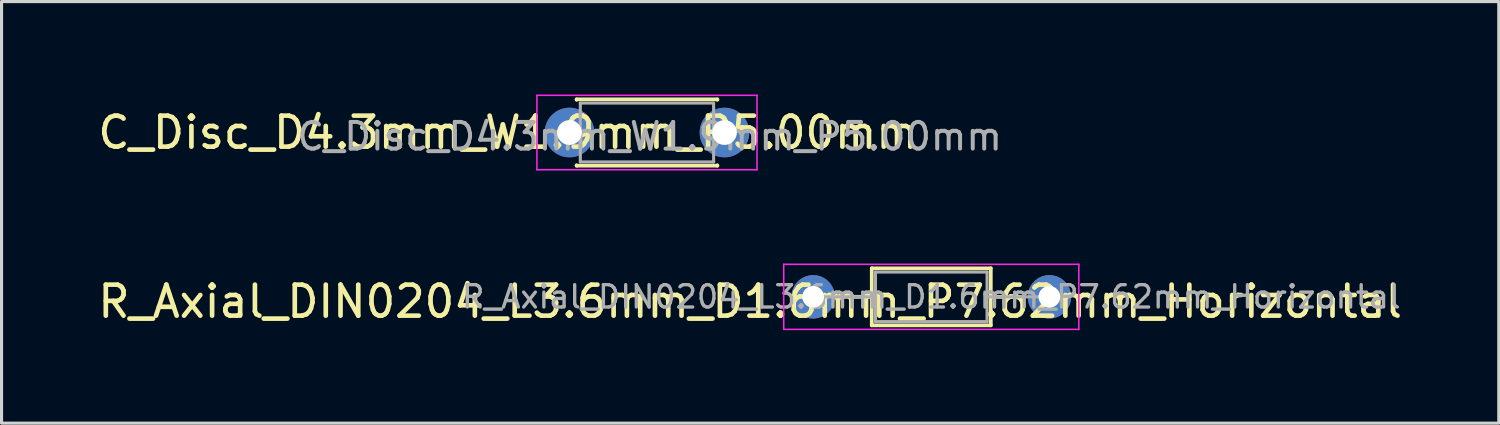
<source format=kicad_pcb>
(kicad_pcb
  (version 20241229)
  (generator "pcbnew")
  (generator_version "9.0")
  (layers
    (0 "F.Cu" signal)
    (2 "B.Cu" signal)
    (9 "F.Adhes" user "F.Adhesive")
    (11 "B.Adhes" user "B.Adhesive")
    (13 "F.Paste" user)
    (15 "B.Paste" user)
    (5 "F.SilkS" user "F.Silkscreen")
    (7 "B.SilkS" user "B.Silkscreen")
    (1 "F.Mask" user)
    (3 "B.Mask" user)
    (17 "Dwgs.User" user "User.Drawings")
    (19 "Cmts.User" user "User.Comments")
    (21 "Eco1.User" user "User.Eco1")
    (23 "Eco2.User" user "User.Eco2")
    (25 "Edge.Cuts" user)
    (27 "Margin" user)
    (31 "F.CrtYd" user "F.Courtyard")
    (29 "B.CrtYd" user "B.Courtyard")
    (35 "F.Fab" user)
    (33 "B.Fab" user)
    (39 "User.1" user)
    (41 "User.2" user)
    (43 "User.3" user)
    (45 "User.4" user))
  (footprint "C_Disc_D4.3mm_W1.9mm_P5.00mm"
    (layer "F.Cu")
    (at 15.32 1.225)
    (property "Reference" "C_Disc_D4.3mm_W1.9mm_P5.00mm" (at -1.981 0 0) (layer "F.SilkS") (effects (font (size 1 1) (thickness 0.15))))
    (attr through_hole)
    (fp_line (start 0.23 -1.07) (end 0.23 -1.055) (stroke (width 0.12) (type solid)) (layer "F.SilkS"))
    (fp_line (start 0.23 -1.07) (end 4.77 -1.07) (stroke (width 0.12) (type solid)) (layer "F.SilkS"))
    (fp_line (start 0.23 1.055) (end 0.23 1.07) (stroke (width 0.12) (type solid)) (layer "F.SilkS"))
    (fp_line (start 0.23 1.07) (end 4.77 1.07) (stroke (width 0.12) (type solid)) (layer "F.SilkS"))
    (fp_line (start 4.77 -1.07) (end 4.77 -1.055) (stroke (width 0.12) (type solid)) (layer "F.SilkS"))
    (fp_line (start 4.77 1.055) (end 4.77 1.07) (stroke (width 0.12) (type solid)) (layer "F.SilkS"))
    (fp_line (start -1.05 -1.2) (end -1.05 1.2) (stroke (width 0.05) (type solid)) (layer "F.CrtYd"))
    (fp_line (start -1.05 1.2) (end 6.05 1.2) (stroke (width 0.05) (type solid)) (layer "F.CrtYd"))
    (fp_line (start 6.05 -1.2) (end -1.05 -1.2) (stroke (width 0.05) (type solid)) (layer "F.CrtYd"))
    (fp_line (start 6.05 1.2) (end 6.05 -1.2) (stroke (width 0.05) (type solid)) (layer "F.CrtYd"))
    (fp_line (start 0.35 -0.95) (end 0.35 0.95) (stroke (width 0.1) (type solid)) (layer "F.Fab"))
    (fp_line (start 0.35 0.95) (end 4.65 0.95) (stroke (width 0.1) (type solid)) (layer "F.Fab"))
    (fp_line (start 4.65 -0.95) (end 0.35 -0.95) (stroke (width 0.1) (type solid)) (layer "F.Fab"))
    (fp_line (start 4.65 0.95) (end 4.65 -0.95) (stroke (width 0.1) (type solid)) (layer "F.Fab"))
    (fp_text user "${REFERENCE}" (at 2.587 0.127 0) (layer "F.Fab") (effects (font (size 0.86 0.86) (thickness 0.129))))
    (pad "1" thru_hole circle (at 0 0) (size 1.6 1.6) (drill 0.8) (layers "*.Cu" "*.Mask"))
    (pad "2" thru_hole circle (at 5 0) (size 1.6 1.6) (drill 0.8) (layers "*.Cu" "*.Mask")))
  (footprint "R_Axial_DIN0204_L3.6mm_D1.6mm_P7.62mm_Horizontal"
    (layer "F.Cu")
    (at 23.181 6.525)
    (property "Reference" "R_Axial_DIN0204_L3.6mm_D1.6mm_P7.62mm_Horizontal" (at -2.032 0.152 0) (layer "F.SilkS") (effects (font (size 1 1) (thickness 0.15))))
    (attr through_hole)
    (fp_line (start 0.94 0) (end 1.89 0) (stroke (width 0.12) (type solid)) (layer "F.SilkS"))
    (fp_line (start 1.89 -0.92) (end 1.89 0.92) (stroke (width 0.12) (type solid)) (layer "F.SilkS"))
    (fp_line (start 1.89 0.92) (end 5.73 0.92) (stroke (width 0.12) (type solid)) (layer "F.SilkS"))
    (fp_line (start 5.73 -0.92) (end 1.89 -0.92) (stroke (width 0.12) (type solid)) (layer "F.SilkS"))
    (fp_line (start 5.73 0.92) (end 5.73 -0.92) (stroke (width 0.12) (type solid)) (layer "F.SilkS"))
    (fp_line (start 6.68 0) (end 5.73 0) (stroke (width 0.12) (type solid)) (layer "F.SilkS"))
    (fp_line (start -0.95 -1.05) (end -0.95 1.05) (stroke (width 0.05) (type solid)) (layer "F.CrtYd"))
    (fp_line (start -0.95 1.05) (end 8.57 1.05) (stroke (width 0.05) (type solid)) (layer "F.CrtYd"))
    (fp_line (start 8.57 -1.05) (end -0.95 -1.05) (stroke (width 0.05) (type solid)) (layer "F.CrtYd"))
    (fp_line (start 8.57 1.05) (end 8.57 -1.05) (stroke (width 0.05) (type solid)) (layer "F.CrtYd"))
    (fp_line (start 0 0) (end 2.01 0) (stroke (width 0.1) (type solid)) (layer "F.Fab"))
    (fp_line (start 2.01 -0.8) (end 2.01 0.8) (stroke (width 0.1) (type solid)) (layer "F.Fab"))
    (fp_line (start 2.01 0.8) (end 5.61 0.8) (stroke (width 0.1) (type solid)) (layer "F.Fab"))
    (fp_line (start 5.61 -0.8) (end 2.01 -0.8) (stroke (width 0.1) (type solid)) (layer "F.Fab"))
    (fp_line (start 5.61 0.8) (end 5.61 -0.8) (stroke (width 0.1) (type solid)) (layer "F.Fab"))
    (fp_line (start 7.62 0) (end 5.61 0) (stroke (width 0.1) (type solid)) (layer "F.Fab"))
    (fp_text user "${REFERENCE}" (at 3.81 0 0) (layer "F.Fab") (effects (font (size 0.72 0.72) (thickness 0.108))))
    (pad "1" thru_hole circle (at 0 0) (size 1.4 1.4) (drill 0.7) (layers "*.Cu" "*.Mask"))
    (pad "2" thru_hole oval (at 7.62 0) (size 1.4 1.4) (drill 0.7) (layers "*.Cu" "*.Mask")))
  (gr_rect
    (start -3 -3)
    (end 45.298 10.6)
    (stroke (width 0.1) (type default))
    (fill no)
    (layer "Edge.Cuts")))
</source>
